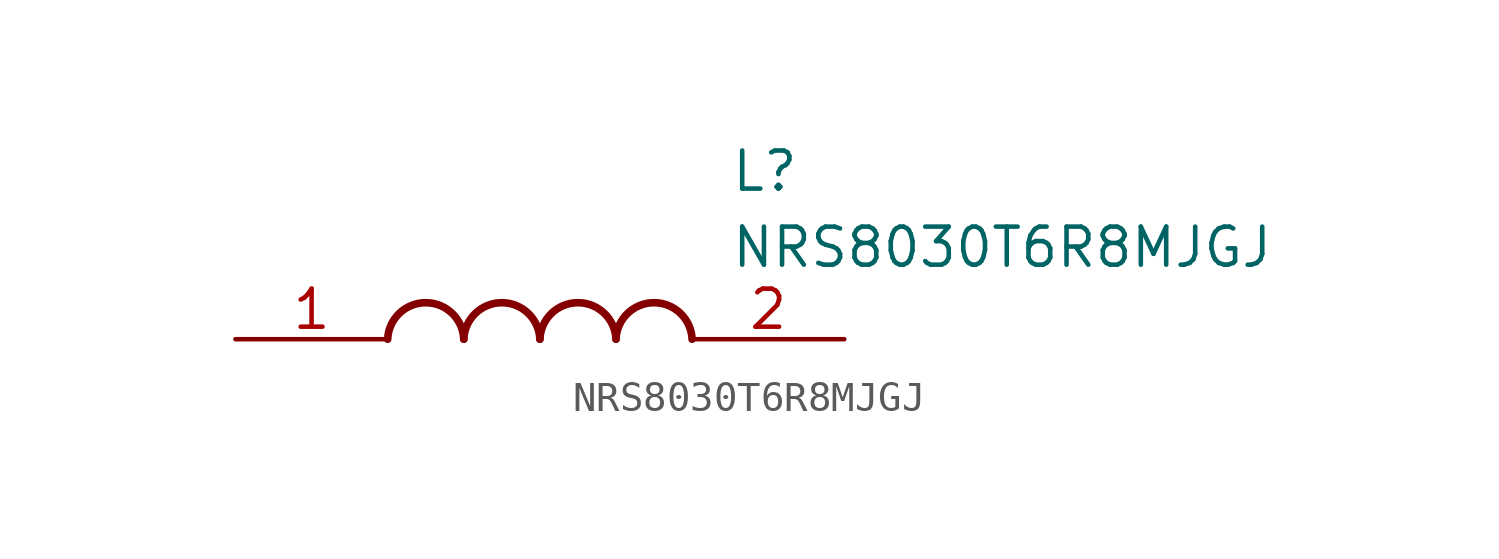
<source format=kicad_sym>
(kicad_symbol_lib
  (version 20211014)
  (generator SamacSys_ECAD_Model)
  (symbol "NRS8030T6R8MJGJ"
    (pin_names hide)
    (property "Reference" "L"
      (at 16.51 6.35 0)
      (effects (font (size 1.27 1.27)) (justify left top)))
    (property "Value" "NRS8030T6R8MJGJ"
      (at 16.51 3.81 0)
      (effects (font (size 1.27 1.27)) (justify left top)))
    (arc
      (start 7.62 0)
      (mid 6.35 1.219)
      (end 5.08 0)
      (stroke (width 0.254) (type default))
      (fill (type none)))
    (arc
      (start 10.16 0)
      (mid 8.89 1.219)
      (end 7.62 0)
      (stroke (width 0.254) (type default))
      (fill (type none)))
    (arc
      (start 12.7 0)
      (mid 11.43 1.219)
      (end 10.16 0)
      (stroke (width 0.254) (type default))
      (fill (type none)))
    (arc
      (start 15.24 0)
      (mid 13.97 1.219)
      (end 12.7 0)
      (stroke (width 0.254) (type default))
      (fill (type none)))
    (pin passive line
      (at 0 0 0)
      (length 5.08)
      (name "1" (effects (font (size 1.27 1.27))))
      (number "1" (effects (font (size 1.27 1.27)))))
    (pin passive line
      (at 20.32 0 180)
      (length 5.08)
      (name "2" (effects (font (size 1.27 1.27))))
      (number "2" (effects (font (size 1.27 1.27)))))))
</source>
